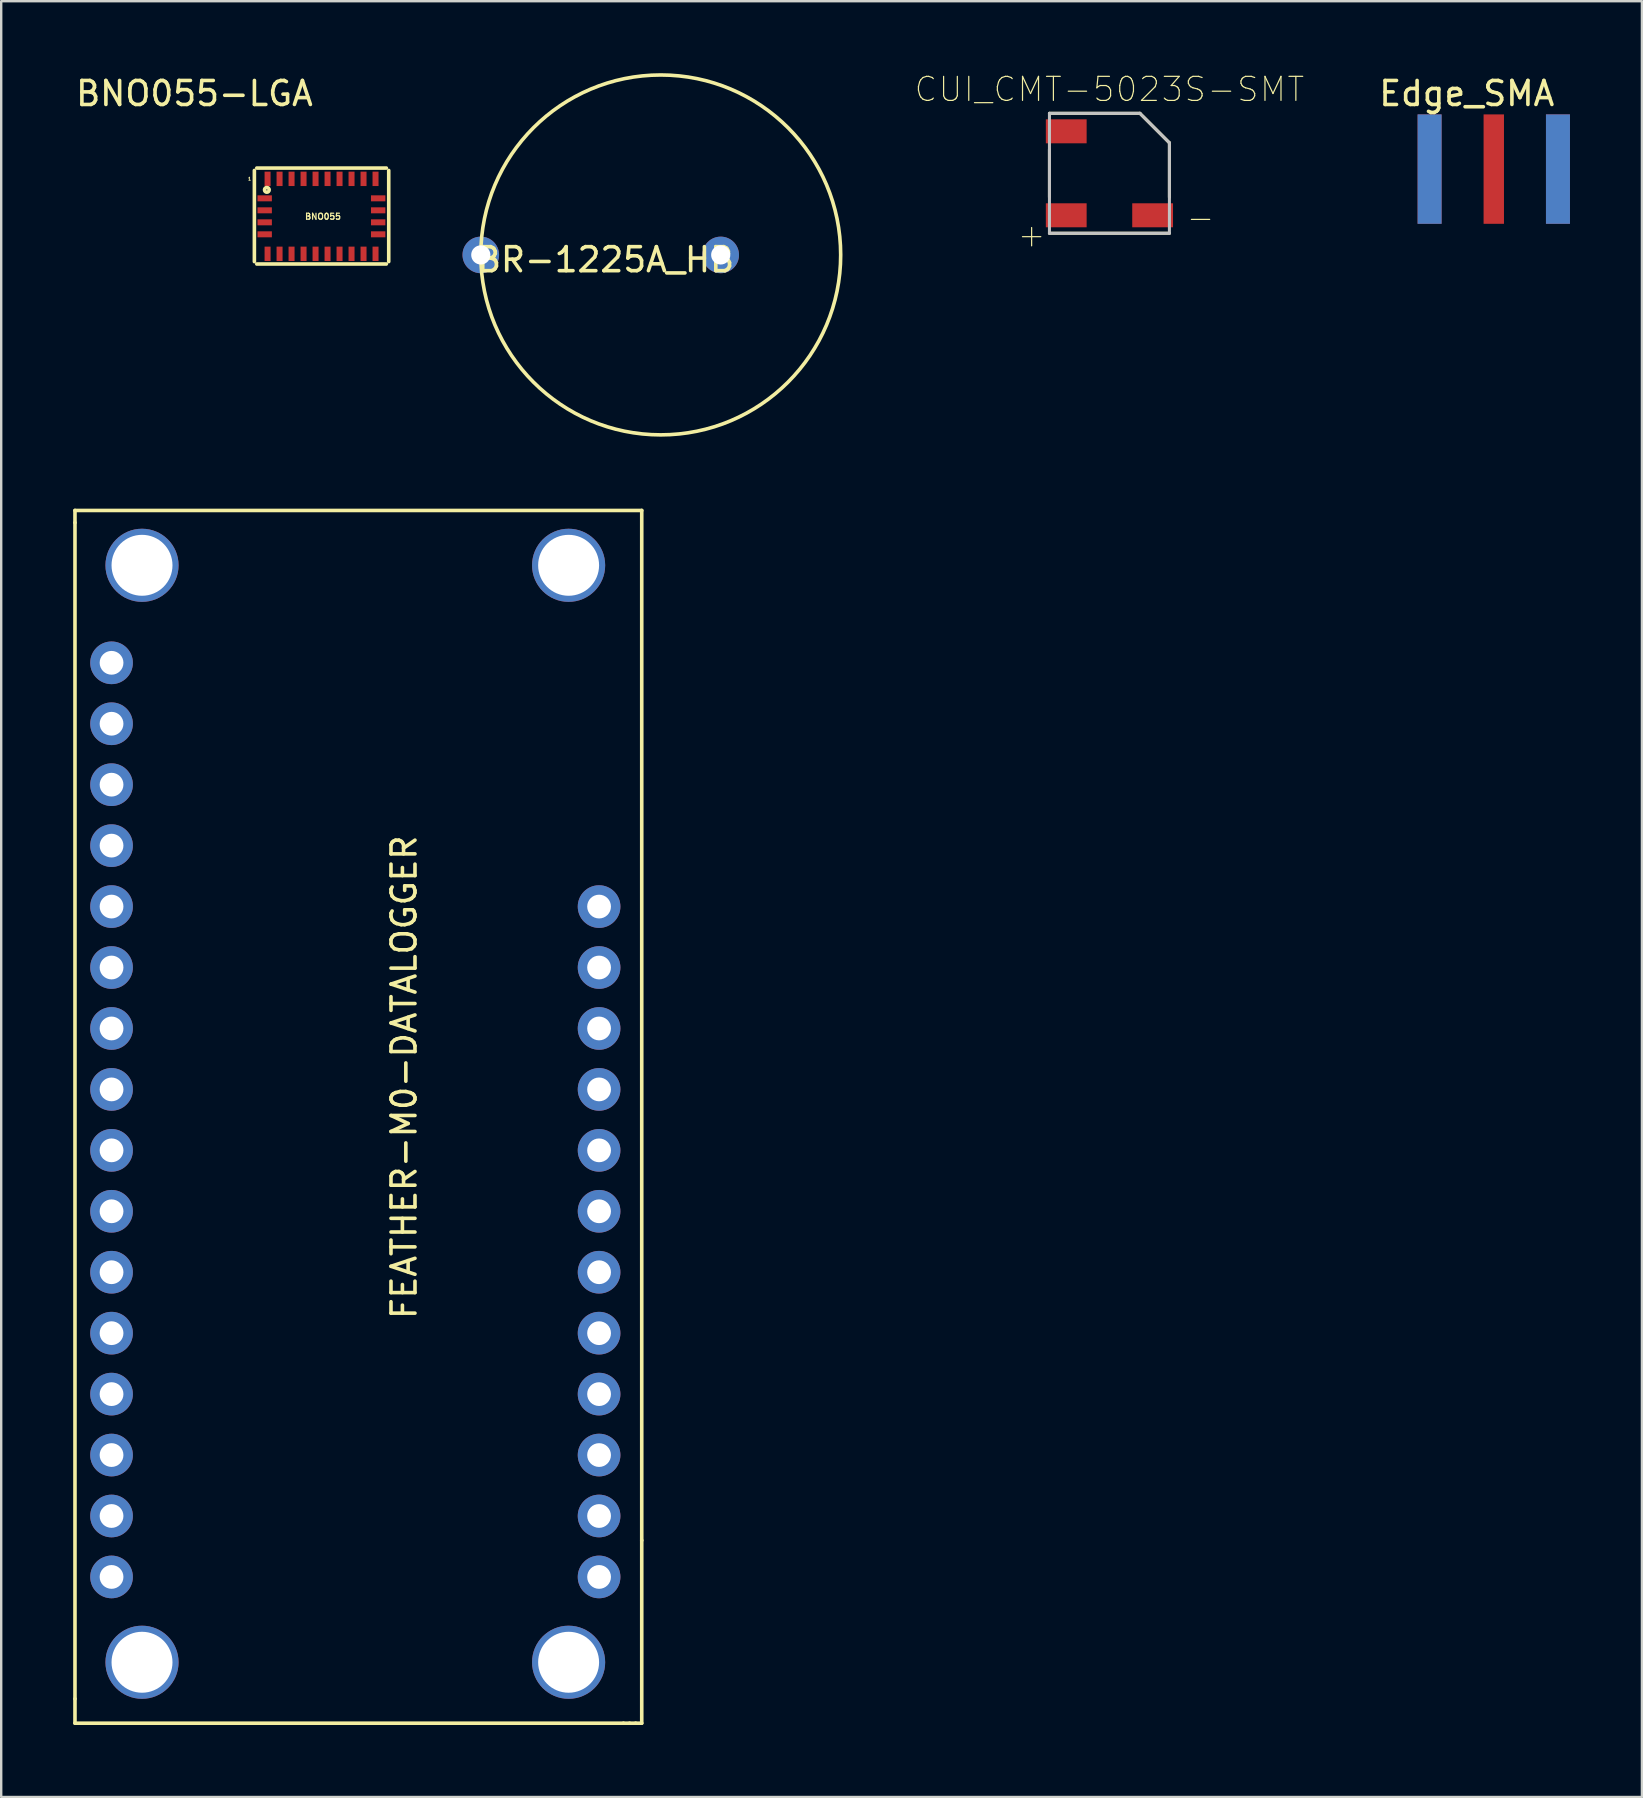
<source format=kicad_pcb>
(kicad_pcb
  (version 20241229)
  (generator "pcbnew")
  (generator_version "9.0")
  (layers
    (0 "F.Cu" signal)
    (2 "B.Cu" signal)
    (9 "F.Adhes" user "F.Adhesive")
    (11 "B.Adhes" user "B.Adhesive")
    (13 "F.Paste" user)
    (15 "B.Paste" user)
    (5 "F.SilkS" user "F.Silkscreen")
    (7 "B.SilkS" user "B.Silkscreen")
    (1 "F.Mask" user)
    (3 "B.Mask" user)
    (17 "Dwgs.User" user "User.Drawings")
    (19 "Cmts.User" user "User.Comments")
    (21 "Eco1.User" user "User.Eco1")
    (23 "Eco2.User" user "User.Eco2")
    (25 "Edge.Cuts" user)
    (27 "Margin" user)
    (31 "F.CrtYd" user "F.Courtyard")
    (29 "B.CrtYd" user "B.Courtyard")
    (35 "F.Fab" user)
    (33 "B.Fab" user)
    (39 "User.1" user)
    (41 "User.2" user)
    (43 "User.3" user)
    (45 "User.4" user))
  (footprint "Edge_SMA"
    (layer "F.Cu")
    (at 56.034 3.998)
    (property "Reference" "Edge_SMA" (at 2.05 -3.15 0) (layer "F.SilkS") (effects (font (size 1 1) (thickness 0.15))))
    (attr through_hole)
    (pad "1" smd rect (at 3.175 0) (size 0.85 4.56) (layers "F.Cu" "F.Mask" "F.Paste"))
    (pad "2" smd rect (at 0.5 0) (size 1 4.56) (layers "F.Cu" "F.Mask" "F.Paste"))
    (pad "2" smd rect (at 0.5 0) (size 1 4.56) (layers "F.Mask" "B.Cu" "F.Paste"))
    (pad "2" smd rect (at 5.85 0) (size 1 4.56) (layers "F.Cu" "F.Mask" "F.Paste"))
    (pad "2" smd rect (at 5.85 0) (size 1 4.56) (layers "F.Mask" "B.Cu" "F.Paste")))
  (footprint "CUI_CMT-5023S-SMT"
    (layer "F.Cu")
    (at 43.19 4.173)
    (property "Reference" "CUI_CMT-5023S-SMT" (at 0 -3.5 0) (layer "F.SilkS") (effects (font (size 1.001 1.001) (thickness 0.05))))
    (attr smd)
    (fp_line (start -2.5 -2.5) (end 1.27 -2.5) (stroke (width 0.127) (type solid)) (layer "F.SilkS"))
    (fp_line (start -2.5 -1) (end -2.5 1) (stroke (width 0.127) (type solid)) (layer "F.SilkS"))
    (fp_line (start 1.27 -2.5) (end 2.5 -1.27) (stroke (width 0.127) (type solid)) (layer "F.SilkS"))
    (fp_line (start 2.5 -1.27) (end 2.5 1) (stroke (width 0.127) (type solid)) (layer "F.SilkS"))
    (fp_line (start 2.5 2.5) (end -2.5 2.5) (stroke (width 0.127) (type solid)) (layer "F.SilkS"))
    (fp_line (start -2.5 -2.5) (end 1.27 -2.5) (stroke (width 0.127) (type solid)) (layer "Dwgs.User"))
    (fp_line (start -2.5 2.5) (end -2.5 -2.5) (stroke (width 0.127) (type solid)) (layer "Dwgs.User"))
    (fp_line (start 1.27 -2.5) (end 2.5 -1.27) (stroke (width 0.127) (type solid)) (layer "Dwgs.User"))
    (fp_line (start 2.5 -1.27) (end 2.5 2.5) (stroke (width 0.127) (type solid)) (layer "Dwgs.User"))
    (fp_line (start 2.5 2.5) (end -2.5 2.5) (stroke (width 0.127) (type solid)) (layer "Dwgs.User"))
    (fp_text user "-" (at 3.797 1.843 0) (layer "F.SilkS") (effects (font (size 1 1) (thickness 0.05))))
    (fp_text user "+" (at -3.243 2.563 0) (layer "F.SilkS") (effects (font (size 1 1) (thickness 0.05))))
    (pad "" smd rect (at -1.8 -1.75) (size 1.7 1) (layers "F.Cu" "F.Mask" "F.Paste"))
    (pad "1" smd rect (at -1.8 1.75) (size 1.7 1) (layers "F.Cu" "F.Mask" "F.Paste"))
    (pad "2" smd rect (at 1.8 1.75) (size 1.7 1) (layers "F.Cu" "F.Mask" "F.Paste")))
  (footprint "BR-1225A_HB"
    (layer "F.Cu")
    (at 16.989 7.575)
    (property "Reference" "BR-1225A_HB" (at 5.2 0.2 0) (layer "F.SilkS") (effects (font (size 1 1) (thickness 0.15))))
    (attr through_hole)
    (fp_circle (center 7.5 0) (end 15 0) (stroke (width 0.15) (type solid)) (fill no) (layer "F.SilkS"))
    (pad "1" thru_hole circle (at 0 0) (size 1.524 1.524) (drill 0.8) (layers "*.Cu" "*.Mask"))
    (pad "2" thru_hole circle (at 10 0) (size 1.524 1.524) (drill 0.8) (layers "*.Cu" "*.Mask")))
  (footprint "BNO055-LGA"
    (layer "F.Cu")
    (at 8.102 4.404)
    (property "Reference" "BNO055-LGA" (at -3.048 -3.556 0) (layer "F.SilkS") (effects (font (size 1 1) (thickness 0.15))))
    (attr through_hole)
    (fp_line (start -0.55 -0.35) (end -0.55 3.45) (stroke (width 0.15) (type solid)) (layer "F.SilkS"))
    (fp_line (start -0.45 -0.45) (end 4.95 -0.45) (stroke (width 0.15) (type solid)) (layer "F.SilkS"))
    (fp_line (start -0.45 3.55) (end 4.95 3.55) (stroke (width 0.15) (type solid)) (layer "F.SilkS"))
    (fp_line (start 5.05 3.45) (end 5.05 -0.35) (stroke (width 0.15) (type solid)) (layer "F.SilkS"))
    (fp_circle (center -0.03 0.46) (end -0.01 0.45) (stroke (width 0.15) (type solid)) (fill no) (layer "F.SilkS"))
    (fp_text user "BNO055" (at 2.31 1.57 0) (layer "F.SilkS") (effects (font (size 0.25 0.25) (thickness 0.05))))
    (fp_text user "1" (at -0.75 0 0) (layer "F.SilkS") (effects (font (size 0.127 0.127) (thickness 0.032))))
    (pad "1" smd rect (at 0 0) (size 0.25 0.6) (layers "F.Cu" "F.Mask" "F.Paste"))
    (pad "2" smd rect (at -0.12 0.812) (size 0.6 0.25) (layers "F.Cu" "F.Mask" "F.Paste"))
    (pad "3" smd rect (at -0.12 1.312) (size 0.6 0.25) (layers "F.Cu" "F.Mask" "F.Paste"))
    (pad "4" smd rect (at -0.12 1.812) (size 0.6 0.25) (layers "F.Cu" "F.Mask" "F.Paste"))
    (pad "5" smd rect (at -0.12 2.312) (size 0.6 0.25) (layers "F.Cu" "F.Mask" "F.Paste"))
    (pad "6" smd rect (at 0 3.125) (size 0.25 0.6) (layers "F.Cu" "F.Mask" "F.Paste"))
    (pad "7" smd rect (at 0.5 3.125) (size 0.25 0.6) (layers "F.Cu" "F.Mask" "F.Paste"))
    (pad "8" smd rect (at 1 3.125) (size 0.25 0.6) (layers "F.Cu" "F.Mask" "F.Paste"))
    (pad "9" smd rect (at 1.5 3.125) (size 0.25 0.6) (layers "F.Cu" "F.Mask" "F.Paste"))
    (pad "10" smd rect (at 2 3.125) (size 0.25 0.6) (layers "F.Cu" "F.Mask" "F.Paste"))
    (pad "11" smd rect (at 2.5 3.125) (size 0.25 0.6) (layers "F.Cu" "F.Mask" "F.Paste"))
    (pad "12" smd rect (at 3 3.125) (size 0.25 0.6) (layers "F.Cu" "F.Mask" "F.Paste"))
    (pad "13" smd rect (at 3.5 3.125) (size 0.25 0.6) (layers "F.Cu" "F.Mask" "F.Paste"))
    (pad "14" smd rect (at 4 3.125) (size 0.25 0.6) (layers "F.Cu" "F.Mask" "F.Paste"))
    (pad "15" smd rect (at 4.5 3.125) (size 0.25 0.6) (layers "F.Cu" "F.Mask" "F.Paste"))
    (pad "16" smd rect (at 4.61 2.312) (size 0.6 0.25) (layers "F.Cu" "F.Mask" "F.Paste"))
    (pad "17" smd rect (at 4.61 1.812) (size 0.6 0.25) (layers "F.Cu" "F.Mask" "F.Paste"))
    (pad "18" smd rect (at 4.61 1.312) (size 0.6 0.25) (layers "F.Cu" "F.Mask" "F.Paste"))
    (pad "19" smd rect (at 4.61 0.812) (size 0.6 0.25) (layers "F.Cu" "F.Mask" "F.Paste"))
    (pad "20" smd rect (at 4.5 0) (size 0.25 0.6) (layers "F.Cu" "F.Mask" "F.Paste"))
    (pad "21" smd rect (at 4 0) (size 0.25 0.6) (layers "F.Cu" "F.Mask" "F.Paste"))
    (pad "22" smd rect (at 3.5 0) (size 0.25 0.6) (layers "F.Cu" "F.Mask" "F.Paste"))
    (pad "23" smd rect (at 3 0) (size 0.25 0.6) (layers "F.Cu" "F.Mask" "F.Paste"))
    (pad "24" smd rect (at 2.5 0) (size 0.25 0.6) (layers "F.Cu" "F.Mask" "F.Paste"))
    (pad "25" smd rect (at 2 0) (size 0.25 0.6) (layers "F.Cu" "F.Mask" "F.Paste"))
    (pad "26" smd rect (at 1.5 0) (size 0.25 0.6) (layers "F.Cu" "F.Mask" "F.Paste"))
    (pad "27" smd rect (at 1 0) (size 0.25 0.6) (layers "F.Cu" "F.Mask" "F.Paste"))
    (pad "28" smd rect (at 0.5 0) (size 0.25 0.6) (layers "F.Cu" "F.Mask" "F.Paste")))
  (footprint "FEATHER-M0-DATALOGGER"
    (layer "F.Cu")
    (at 1.599 24.575)
    (property "Reference" "FEATHER-M0-DATALOGGER" (at 12.192 17.272 90) (layer "F.SilkS") (effects (font (size 1 1) (thickness 0.15))))
    (attr through_hole)
    (fp_line (start -1.524 -6.35) (end -1.524 -5.842) (stroke (width 0.15) (type solid)) (layer "F.SilkS"))
    (fp_line (start -1.524 -5.842) (end -1.524 43.18) (stroke (width 0.15) (type solid)) (layer "F.SilkS"))
    (fp_line (start -1.524 43.18) (end -1.524 44.196) (stroke (width 0.15) (type solid)) (layer "F.SilkS"))
    (fp_line (start -1.524 44.196) (end 21.336 44.196) (stroke (width 0.15) (type solid)) (layer "F.SilkS"))
    (fp_line (start 21.336 44.196) (end 21.59 44.196) (stroke (width 0.15) (type solid)) (layer "F.SilkS"))
    (fp_line (start 21.59 44.196) (end 21.844 44.196) (stroke (width 0.15) (type solid)) (layer "F.SilkS"))
    (fp_line (start 21.844 44.196) (end 22.098 44.196) (stroke (width 0.15) (type solid)) (layer "F.SilkS"))
    (fp_line (start 22.098 -6.35) (end -1.524 -6.35) (stroke (width 0.15) (type solid)) (layer "F.SilkS"))
    (fp_line (start 22.098 36.576) (end 22.098 -6.35) (stroke (width 0.15) (type solid)) (layer "F.SilkS"))
    (fp_line (start 22.098 44.196) (end 22.098 36.576) (stroke (width 0.15) (type solid)) (layer "F.SilkS"))
    (pad "" thru_hole circle (at 1.27 -4.064) (size 3.048 3.048) (drill 2.54) (layers "*.Cu" "*.Mask"))
    (pad "" thru_hole circle (at 1.27 41.656) (size 3.048 3.048) (drill 2.54) (layers "*.Cu" "*.Mask"))
    (pad "" thru_hole circle (at 19.05 -4.064) (size 3.048 3.048) (drill 2.54) (layers "*.Cu" "*.Mask"))
    (pad "" thru_hole circle (at 19.05 41.656) (size 3.048 3.048) (drill 2.54) (layers "*.Cu" "*.Mask"))
    (pad "1" thru_hole circle (at 0 0) (size 1.778 1.778) (drill 0.991) (layers "*.Cu" "*.Mask"))
    (pad "2" thru_hole circle (at 0 2.54) (size 1.778 1.778) (drill 0.991) (layers "*.Cu" "*.Mask"))
    (pad "3" thru_hole circle (at 0 5.08) (size 1.778 1.778) (drill 0.991) (layers "*.Cu" "*.Mask"))
    (pad "4" thru_hole circle (at 0 7.62) (size 1.778 1.778) (drill 0.991) (layers "*.Cu" "*.Mask"))
    (pad "5" thru_hole circle (at 0 10.16) (size 1.778 1.778) (drill 0.991) (layers "*.Cu" "*.Mask"))
    (pad "6" thru_hole circle (at 0 12.7) (size 1.778 1.778) (drill 0.991) (layers "*.Cu" "*.Mask"))
    (pad "7" thru_hole circle (at 0 15.24) (size 1.778 1.778) (drill 0.991) (layers "*.Cu" "*.Mask"))
    (pad "8" thru_hole circle (at 0 17.78) (size 1.778 1.778) (drill 0.991) (layers "*.Cu" "*.Mask"))
    (pad "9" thru_hole circle (at 0 20.32) (size 1.778 1.778) (drill 0.991) (layers "*.Cu" "*.Mask"))
    (pad "10" thru_hole circle (at 0 22.86) (size 1.778 1.778) (drill 0.991) (layers "*.Cu" "*.Mask"))
    (pad "11" thru_hole circle (at 0 25.4) (size 1.778 1.778) (drill 0.991) (layers "*.Cu" "*.Mask"))
    (pad "12" thru_hole circle (at 0 27.94) (size 1.778 1.778) (drill 0.991) (layers "*.Cu" "*.Mask"))
    (pad "13" thru_hole circle (at 0 30.48) (size 1.778 1.778) (drill 0.991) (layers "*.Cu" "*.Mask"))
    (pad "14" thru_hole circle (at 0 33.02) (size 1.778 1.778) (drill 0.991) (layers "*.Cu" "*.Mask"))
    (pad "15" thru_hole circle (at 0 35.56) (size 1.778 1.778) (drill 0.991) (layers "*.Cu" "*.Mask"))
    (pad "16" thru_hole circle (at 0 38.1) (size 1.778 1.778) (drill 0.991) (layers "*.Cu" "*.Mask"))
    (pad "17" thru_hole circle (at 20.32 38.1) (size 1.778 1.778) (drill 0.991) (layers "*.Cu" "*.Mask"))
    (pad "18" thru_hole circle (at 20.32 35.56) (size 1.778 1.778) (drill 0.991) (layers "*.Cu" "*.Mask"))
    (pad "19" thru_hole circle (at 20.32 33.02) (size 1.778 1.778) (drill 0.991) (layers "*.Cu" "*.Mask"))
    (pad "20" thru_hole circle (at 20.32 30.48) (size 1.778 1.778) (drill 0.991) (layers "*.Cu" "*.Mask"))
    (pad "21" thru_hole circle (at 20.32 27.94) (size 1.778 1.778) (drill 0.991) (layers "*.Cu" "*.Mask"))
    (pad "22" thru_hole circle (at 20.32 25.4) (size 1.778 1.778) (drill 0.991) (layers "*.Cu" "*.Mask"))
    (pad "23" thru_hole circle (at 20.32 22.86) (size 1.778 1.778) (drill 0.991) (layers "*.Cu" "*.Mask"))
    (pad "24" thru_hole circle (at 20.32 20.32) (size 1.778 1.778) (drill 0.991) (layers "*.Cu" "*.Mask"))
    (pad "25" thru_hole circle (at 20.32 17.78) (size 1.778 1.778) (drill 0.991) (layers "*.Cu" "*.Mask"))
    (pad "26" thru_hole circle (at 20.32 15.24) (size 1.778 1.778) (drill 0.991) (layers "*.Cu" "*.Mask"))
    (pad "27" thru_hole circle (at 20.32 12.7) (size 1.778 1.778) (drill 0.991) (layers "*.Cu" "*.Mask"))
    (pad "28" thru_hole circle (at 20.32 10.16) (size 1.778 1.778) (drill 0.991) (layers "*.Cu" "*.Mask")))
  (gr_rect
    (start -3 -3)
    (end 65.384 71.846)
    (stroke (width 0.1) (type default))
    (fill no)
    (layer "Edge.Cuts")))
</source>
